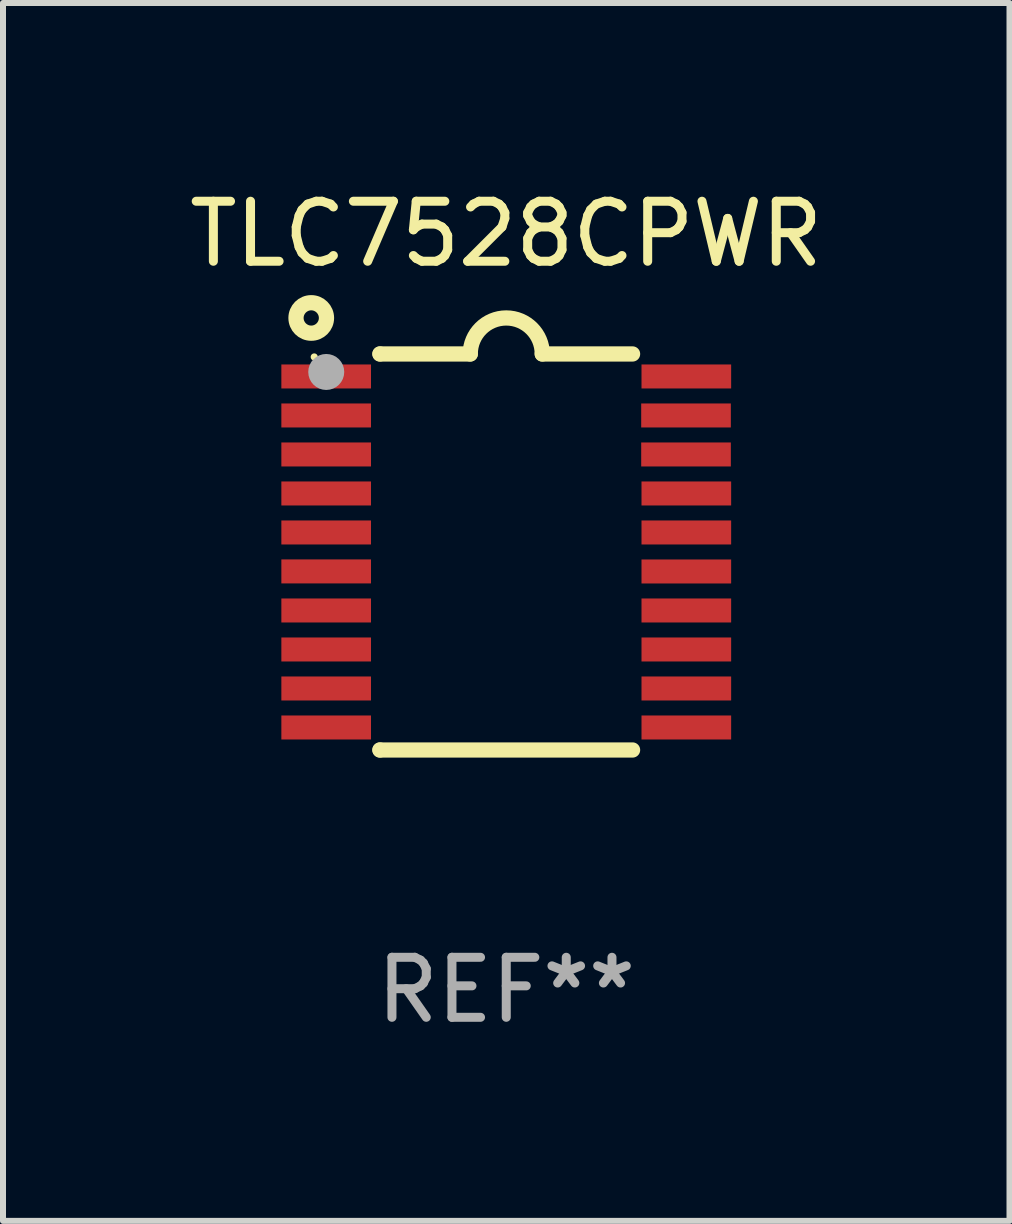
<source format=kicad_pcb>
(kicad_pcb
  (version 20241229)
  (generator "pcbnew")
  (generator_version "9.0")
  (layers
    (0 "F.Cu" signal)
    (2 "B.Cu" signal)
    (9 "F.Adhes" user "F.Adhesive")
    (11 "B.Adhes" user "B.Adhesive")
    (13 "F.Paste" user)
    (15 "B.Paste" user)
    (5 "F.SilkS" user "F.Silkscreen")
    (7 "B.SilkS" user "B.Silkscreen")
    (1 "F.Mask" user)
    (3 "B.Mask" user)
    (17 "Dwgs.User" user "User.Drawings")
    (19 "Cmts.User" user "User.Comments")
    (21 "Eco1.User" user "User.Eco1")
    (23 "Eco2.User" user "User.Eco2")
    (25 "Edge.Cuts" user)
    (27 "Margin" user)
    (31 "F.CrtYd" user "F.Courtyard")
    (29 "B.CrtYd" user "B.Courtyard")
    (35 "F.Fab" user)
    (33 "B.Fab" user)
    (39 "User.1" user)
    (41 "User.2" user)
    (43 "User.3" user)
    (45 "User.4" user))
  (footprint "TLC7528CPWR"
    (layer "F.Cu")
    (at 5.387 6.149)
    (property "Reference" "TLC7528CPWR" (at 0 -5.3 0) (layer "F.SilkS") (effects (font (size 1 1) (thickness 0.15))))
    (attr through_hole)
    (fp_line (start -2.105 -3.3) (end -2.105 -3.3) (stroke (width 0.254) (type solid)) (layer "F.SilkS"))
    (fp_line (start -2.105 -3.3) (end -0.6 -3.3) (stroke (width 0.254) (type solid)) (layer "F.SilkS"))
    (fp_line (start -2.105 3.3) (end -2.105 3.3) (stroke (width 0.254) (type solid)) (layer "F.SilkS"))
    (fp_line (start 0.6 -3.3) (end 2.105 -3.3) (stroke (width 0.254) (type solid)) (layer "F.SilkS"))
    (fp_line (start 2.105 3.3) (end -2.105 3.3) (stroke (width 0.254) (type solid)) (layer "F.SilkS"))
    (fp_arc (start -0.599924 -3.300026) (mid 0.000114 -3.897415) (end 0.600152 -3.300025) (stroke (width 0.254001) (type solid)) (layer "F.SilkS"))
    (fp_circle (center -3.25 -3.9) (end -2.996 -3.9) (stroke (width 0.254) (type solid)) (fill no) (layer "F.SilkS"))
    (fp_circle (center -3.2 -3.25) (end -3.17 -3.25) (stroke (width 0.06) (type solid)) (fill no) (layer "F.SilkS"))
    (fp_circle (center -3 -3) (end -2.85 -3) (stroke (width 0.3) (type solid)) (fill no) (layer "F.Fab"))
    (fp_text user "REF**" (at 0 7.3 0) (layer "F.Fab") (effects (font (size 1 1) (thickness 0.15))))
    (pad "1" smd rect (at -3.001 -2.925 270) (size 0.4 1.494) (layers "F.Cu" "F.Mask" "F.Paste"))
    (pad "2" smd rect (at -3.001 -2.275 270) (size 0.4 1.494) (layers "F.Cu" "F.Mask" "F.Paste"))
    (pad "3" smd rect (at -3.001 -1.625 270) (size 0.4 1.494) (layers "F.Cu" "F.Mask" "F.Paste"))
    (pad "4" smd rect (at -3.001 -0.975 270) (size 0.4 1.494) (layers "F.Cu" "F.Mask" "F.Paste"))
    (pad "5" smd rect (at -3.001 -0.325 270) (size 0.4 1.494) (layers "F.Cu" "F.Mask" "F.Paste"))
    (pad "6" smd rect (at -3.001 0.324 270) (size 0.4 1.494) (layers "F.Cu" "F.Mask" "F.Paste"))
    (pad "7" smd rect (at -3.001 0.975 270) (size 0.4 1.494) (layers "F.Cu" "F.Mask" "F.Paste"))
    (pad "8" smd rect (at -3.001 1.625 270) (size 0.4 1.494) (layers "F.Cu" "F.Mask" "F.Paste"))
    (pad "9" smd rect (at -3.001 2.275 270) (size 0.4 1.494) (layers "F.Cu" "F.Mask" "F.Paste"))
    (pad "10" smd rect (at -3.001 2.925 270) (size 0.4 1.494) (layers "F.Cu" "F.Mask" "F.Paste"))
    (pad "11" smd rect (at 3.001 2.925 270) (size 0.4 1.494) (layers "F.Cu" "F.Mask" "F.Paste"))
    (pad "12" smd rect (at 3.001 2.275 270) (size 0.4 1.494) (layers "F.Cu" "F.Mask" "F.Paste"))
    (pad "13" smd rect (at 3.001 1.625 270) (size 0.4 1.494) (layers "F.Cu" "F.Mask" "F.Paste"))
    (pad "14" smd rect (at 3.001 0.975 270) (size 0.4 1.494) (layers "F.Cu" "F.Mask" "F.Paste"))
    (pad "15" smd rect (at 3.001 0.325 270) (size 0.4 1.494) (layers "F.Cu" "F.Mask" "F.Paste"))
    (pad "16" smd rect (at 3.001 -0.325 270) (size 0.4 1.494) (layers "F.Cu" "F.Mask" "F.Paste"))
    (pad "17" smd rect (at 3.001 -0.975 270) (size 0.4 1.494) (layers "F.Cu" "F.Mask" "F.Paste"))
    (pad "18" smd rect (at 2.996 -1.625 270) (size 0.4 1.494) (layers "F.Cu" "F.Mask" "F.Paste"))
    (pad "19" smd rect (at 2.996 -2.275 270) (size 0.4 1.494) (layers "F.Cu" "F.Mask" "F.Paste"))
    (pad "20" smd rect (at 3.001 -2.925 270) (size 0.4 1.494) (layers "F.Cu" "F.Mask" "F.Paste")))
  (gr_rect
    (start -3 -3)
    (end 13.774 17.297)
    (stroke (width 0.1) (type default))
    (fill no)
    (layer "Edge.Cuts")))
</source>
